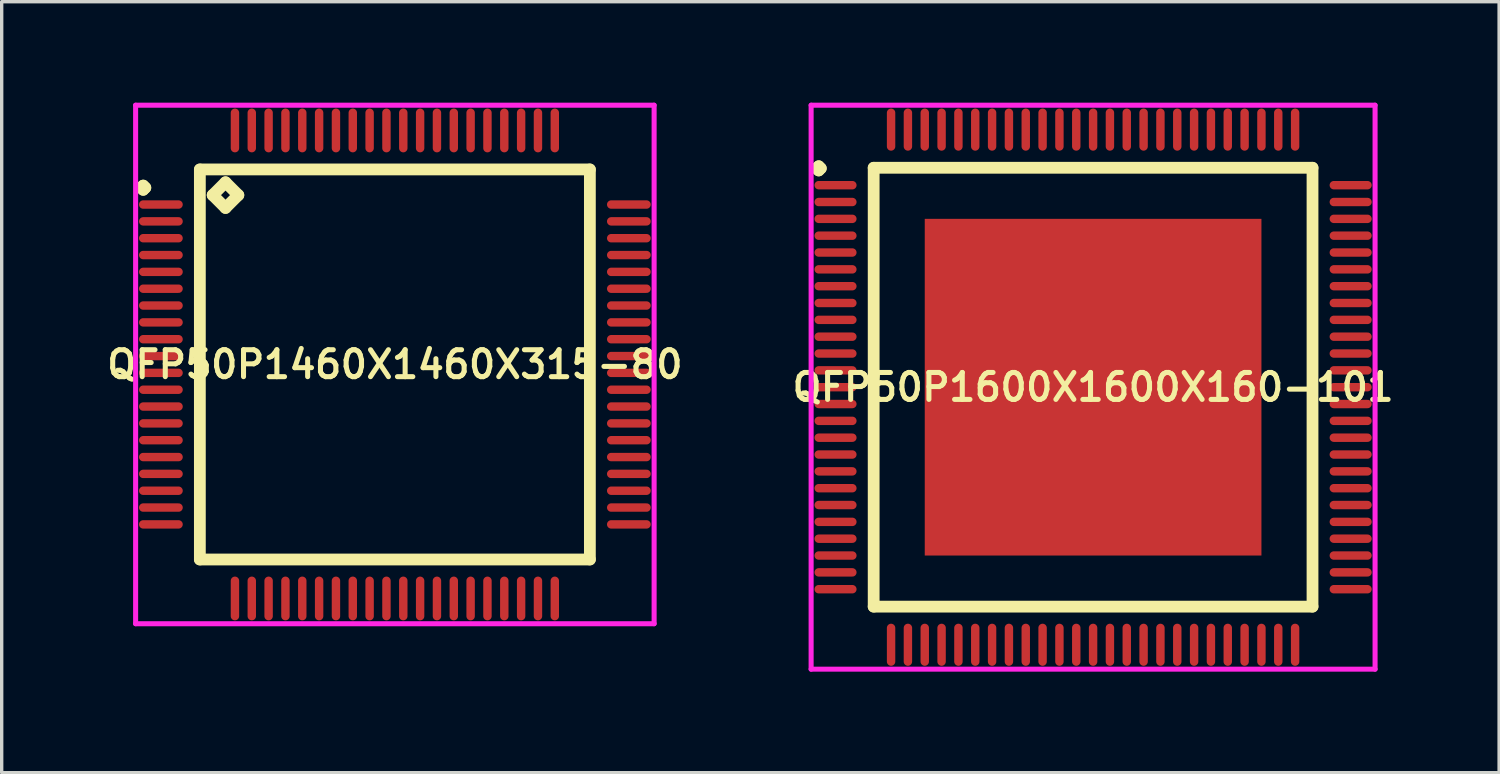
<source format=kicad_pcb>
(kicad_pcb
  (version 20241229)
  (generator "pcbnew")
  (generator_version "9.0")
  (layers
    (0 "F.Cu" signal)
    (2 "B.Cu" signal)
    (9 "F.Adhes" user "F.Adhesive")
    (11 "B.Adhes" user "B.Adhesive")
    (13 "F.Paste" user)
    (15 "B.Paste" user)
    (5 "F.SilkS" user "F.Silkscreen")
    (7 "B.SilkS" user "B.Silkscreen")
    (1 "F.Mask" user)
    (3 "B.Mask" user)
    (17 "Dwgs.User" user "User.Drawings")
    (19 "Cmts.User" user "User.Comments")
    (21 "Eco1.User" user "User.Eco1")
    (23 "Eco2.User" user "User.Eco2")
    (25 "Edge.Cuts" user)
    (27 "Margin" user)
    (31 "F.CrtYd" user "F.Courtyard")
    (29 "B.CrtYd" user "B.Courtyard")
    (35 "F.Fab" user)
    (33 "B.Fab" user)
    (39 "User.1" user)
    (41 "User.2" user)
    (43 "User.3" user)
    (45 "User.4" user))
  (footprint "QFP50P1600X1600X160-101"
    (layer "F.Cu")
    (at 29.416 8.45)
    (property "Reference" "QFP50P1600X1600X160-101" (at 0 0 0) (layer "F.SilkS") (effects (font (size 0.8 0.8) (thickness 0.15))))
    (attr smd)
    (fp_line (start -8.213 -6.5) (end -8.15 -6.562) (stroke (width 0.35) (type solid)) (layer "F.SilkS"))
    (fp_line (start -8.15 -6.562) (end -8.088 -6.5) (stroke (width 0.35) (type solid)) (layer "F.SilkS"))
    (fp_line (start -8.15 -6.438) (end -8.213 -6.5) (stroke (width 0.35) (type solid)) (layer "F.SilkS"))
    (fp_line (start -8.088 -6.5) (end -8.15 -6.438) (stroke (width 0.35) (type solid)) (layer "F.SilkS"))
    (fp_line (start -6.517 -6.517) (end -6.517 6.517) (stroke (width 0.35) (type solid)) (layer "F.SilkS"))
    (fp_line (start -6.517 6.517) (end 6.517 6.517) (stroke (width 0.35) (type solid)) (layer "F.SilkS"))
    (fp_line (start 6.517 -6.517) (end -6.517 -6.517) (stroke (width 0.35) (type solid)) (layer "F.SilkS"))
    (fp_line (start 6.517 6.517) (end 6.517 -6.517) (stroke (width 0.35) (type solid)) (layer "F.SilkS"))
    (fp_line (start -8.375 -8.375) (end 8.375 -8.375) (stroke (width 0.15) (type solid)) (layer "F.CrtYd"))
    (fp_line (start -8.375 8.375) (end -8.375 -8.375) (stroke (width 0.15) (type solid)) (layer "F.CrtYd"))
    (fp_line (start 8.375 -8.375) (end 8.375 8.375) (stroke (width 0.15) (type solid)) (layer "F.CrtYd"))
    (fp_line (start 8.375 8.375) (end -8.375 8.375) (stroke (width 0.15) (type solid)) (layer "F.CrtYd"))
    (pad "1" smd oval (at -7.65 -6) (size 1.25 0.25) (layers "F.Cu" "F.Mask" "F.Paste"))
    (pad "2" smd oval (at -7.65 -5.5) (size 1.25 0.25) (layers "F.Cu" "F.Mask" "F.Paste"))
    (pad "3" smd oval (at -7.65 -5) (size 1.25 0.25) (layers "F.Cu" "F.Mask" "F.Paste"))
    (pad "4" smd oval (at -7.65 -4.5) (size 1.25 0.25) (layers "F.Cu" "F.Mask" "F.Paste"))
    (pad "5" smd oval (at -7.65 -4) (size 1.25 0.25) (layers "F.Cu" "F.Mask" "F.Paste"))
    (pad "6" smd oval (at -7.65 -3.5) (size 1.25 0.25) (layers "F.Cu" "F.Mask" "F.Paste"))
    (pad "7" smd oval (at -7.65 -3) (size 1.25 0.25) (layers "F.Cu" "F.Mask" "F.Paste"))
    (pad "8" smd oval (at -7.65 -2.5) (size 1.25 0.25) (layers "F.Cu" "F.Mask" "F.Paste"))
    (pad "9" smd oval (at -7.65 -2) (size 1.25 0.25) (layers "F.Cu" "F.Mask" "F.Paste"))
    (pad "10" smd oval (at -7.65 -1.5) (size 1.25 0.25) (layers "F.Cu" "F.Mask" "F.Paste"))
    (pad "11" smd oval (at -7.65 -1) (size 1.25 0.25) (layers "F.Cu" "F.Mask" "F.Paste"))
    (pad "12" smd oval (at -7.65 -0.5) (size 1.25 0.25) (layers "F.Cu" "F.Mask" "F.Paste"))
    (pad "13" smd oval (at -7.65 0) (size 1.25 0.25) (layers "F.Cu" "F.Mask" "F.Paste"))
    (pad "14" smd oval (at -7.65 0.5) (size 1.25 0.25) (layers "F.Cu" "F.Mask" "F.Paste"))
    (pad "15" smd oval (at -7.65 1) (size 1.25 0.25) (layers "F.Cu" "F.Mask" "F.Paste"))
    (pad "16" smd oval (at -7.65 1.5) (size 1.25 0.25) (layers "F.Cu" "F.Mask" "F.Paste"))
    (pad "17" smd oval (at -7.65 2) (size 1.25 0.25) (layers "F.Cu" "F.Mask" "F.Paste"))
    (pad "18" smd oval (at -7.65 2.5) (size 1.25 0.25) (layers "F.Cu" "F.Mask" "F.Paste"))
    (pad "19" smd oval (at -7.65 3) (size 1.25 0.25) (layers "F.Cu" "F.Mask" "F.Paste"))
    (pad "20" smd oval (at -7.65 3.5) (size 1.25 0.25) (layers "F.Cu" "F.Mask" "F.Paste"))
    (pad "21" smd oval (at -7.65 4) (size 1.25 0.25) (layers "F.Cu" "F.Mask" "F.Paste"))
    (pad "22" smd oval (at -7.65 4.5) (size 1.25 0.25) (layers "F.Cu" "F.Mask" "F.Paste"))
    (pad "23" smd oval (at -7.65 5) (size 1.25 0.25) (layers "F.Cu" "F.Mask" "F.Paste"))
    (pad "24" smd oval (at -7.65 5.5) (size 1.25 0.25) (layers "F.Cu" "F.Mask" "F.Paste"))
    (pad "25" smd oval (at -7.65 6) (size 1.25 0.25) (layers "F.Cu" "F.Mask" "F.Paste"))
    (pad "26" smd oval (at -6 7.65) (size 0.25 1.25) (layers "F.Cu" "F.Mask" "F.Paste"))
    (pad "27" smd oval (at -5.5 7.65) (size 0.25 1.25) (layers "F.Cu" "F.Mask" "F.Paste"))
    (pad "28" smd oval (at -5 7.65) (size 0.25 1.25) (layers "F.Cu" "F.Mask" "F.Paste"))
    (pad "29" smd oval (at -4.5 7.65) (size 0.25 1.25) (layers "F.Cu" "F.Mask" "F.Paste"))
    (pad "30" smd oval (at -4 7.65) (size 0.25 1.25) (layers "F.Cu" "F.Mask" "F.Paste"))
    (pad "31" smd oval (at -3.5 7.65) (size 0.25 1.25) (layers "F.Cu" "F.Mask" "F.Paste"))
    (pad "32" smd oval (at -3 7.65) (size 0.25 1.25) (layers "F.Cu" "F.Mask" "F.Paste"))
    (pad "33" smd oval (at -2.5 7.65) (size 0.25 1.25) (layers "F.Cu" "F.Mask" "F.Paste"))
    (pad "34" smd oval (at -2 7.65) (size 0.25 1.25) (layers "F.Cu" "F.Mask" "F.Paste"))
    (pad "35" smd oval (at -1.5 7.65) (size 0.25 1.25) (layers "F.Cu" "F.Mask" "F.Paste"))
    (pad "36" smd oval (at -1 7.65) (size 0.25 1.25) (layers "F.Cu" "F.Mask" "F.Paste"))
    (pad "37" smd oval (at -0.5 7.65) (size 0.25 1.25) (layers "F.Cu" "F.Mask" "F.Paste"))
    (pad "38" smd oval (at 0 7.65) (size 0.25 1.25) (layers "F.Cu" "F.Mask" "F.Paste"))
    (pad "39" smd oval (at 0.5 7.65) (size 0.25 1.25) (layers "F.Cu" "F.Mask" "F.Paste"))
    (pad "40" smd oval (at 1 7.65) (size 0.25 1.25) (layers "F.Cu" "F.Mask" "F.Paste"))
    (pad "41" smd oval (at 1.5 7.65) (size 0.25 1.25) (layers "F.Cu" "F.Mask" "F.Paste"))
    (pad "42" smd oval (at 2 7.65) (size 0.25 1.25) (layers "F.Cu" "F.Mask" "F.Paste"))
    (pad "43" smd oval (at 2.5 7.65) (size 0.25 1.25) (layers "F.Cu" "F.Mask" "F.Paste"))
    (pad "44" smd oval (at 3 7.65) (size 0.25 1.25) (layers "F.Cu" "F.Mask" "F.Paste"))
    (pad "45" smd oval (at 3.5 7.65) (size 0.25 1.25) (layers "F.Cu" "F.Mask" "F.Paste"))
    (pad "46" smd oval (at 4 7.65) (size 0.25 1.25) (layers "F.Cu" "F.Mask" "F.Paste"))
    (pad "47" smd oval (at 4.5 7.65) (size 0.25 1.25) (layers "F.Cu" "F.Mask" "F.Paste"))
    (pad "48" smd oval (at 5 7.65) (size 0.25 1.25) (layers "F.Cu" "F.Mask" "F.Paste"))
    (pad "49" smd oval (at 5.5 7.65) (size 0.25 1.25) (layers "F.Cu" "F.Mask" "F.Paste"))
    (pad "50" smd oval (at 6 7.65) (size 0.25 1.25) (layers "F.Cu" "F.Mask" "F.Paste"))
    (pad "51" smd oval (at 7.65 6) (size 1.25 0.25) (layers "F.Cu" "F.Mask" "F.Paste"))
    (pad "52" smd oval (at 7.65 5.5) (size 1.25 0.25) (layers "F.Cu" "F.Mask" "F.Paste"))
    (pad "53" smd oval (at 7.65 5) (size 1.25 0.25) (layers "F.Cu" "F.Mask" "F.Paste"))
    (pad "54" smd oval (at 7.65 4.5) (size 1.25 0.25) (layers "F.Cu" "F.Mask" "F.Paste"))
    (pad "55" smd oval (at 7.65 4) (size 1.25 0.25) (layers "F.Cu" "F.Mask" "F.Paste"))
    (pad "56" smd oval (at 7.65 3.5) (size 1.25 0.25) (layers "F.Cu" "F.Mask" "F.Paste"))
    (pad "57" smd oval (at 7.65 3) (size 1.25 0.25) (layers "F.Cu" "F.Mask" "F.Paste"))
    (pad "58" smd oval (at 7.65 2.5) (size 1.25 0.25) (layers "F.Cu" "F.Mask" "F.Paste"))
    (pad "59" smd oval (at 7.65 2) (size 1.25 0.25) (layers "F.Cu" "F.Mask" "F.Paste"))
    (pad "60" smd oval (at 7.65 1.5) (size 1.25 0.25) (layers "F.Cu" "F.Mask" "F.Paste"))
    (pad "61" smd oval (at 7.65 1) (size 1.25 0.25) (layers "F.Cu" "F.Mask" "F.Paste"))
    (pad "62" smd oval (at 7.65 0.5) (size 1.25 0.25) (layers "F.Cu" "F.Mask" "F.Paste"))
    (pad "63" smd oval (at 7.65 0) (size 1.25 0.25) (layers "F.Cu" "F.Mask" "F.Paste"))
    (pad "64" smd oval (at 7.65 -0.5) (size 1.25 0.25) (layers "F.Cu" "F.Mask" "F.Paste"))
    (pad "65" smd oval (at 7.65 -1) (size 1.25 0.25) (layers "F.Cu" "F.Mask" "F.Paste"))
    (pad "66" smd oval (at 7.65 -1.5) (size 1.25 0.25) (layers "F.Cu" "F.Mask" "F.Paste"))
    (pad "67" smd oval (at 7.65 -2) (size 1.25 0.25) (layers "F.Cu" "F.Mask" "F.Paste"))
    (pad "68" smd oval (at 7.65 -2.5) (size 1.25 0.25) (layers "F.Cu" "F.Mask" "F.Paste"))
    (pad "69" smd oval (at 7.65 -3) (size 1.25 0.25) (layers "F.Cu" "F.Mask" "F.Paste"))
    (pad "70" smd oval (at 7.65 -3.5) (size 1.25 0.25) (layers "F.Cu" "F.Mask" "F.Paste"))
    (pad "71" smd oval (at 7.65 -4) (size 1.25 0.25) (layers "F.Cu" "F.Mask" "F.Paste"))
    (pad "72" smd oval (at 7.65 -4.5) (size 1.25 0.25) (layers "F.Cu" "F.Mask" "F.Paste"))
    (pad "73" smd oval (at 7.65 -5) (size 1.25 0.25) (layers "F.Cu" "F.Mask" "F.Paste"))
    (pad "74" smd oval (at 7.65 -5.5) (size 1.25 0.25) (layers "F.Cu" "F.Mask" "F.Paste"))
    (pad "75" smd oval (at 7.65 -6) (size 1.25 0.25) (layers "F.Cu" "F.Mask" "F.Paste"))
    (pad "76" smd oval (at 6 -7.65) (size 0.25 1.25) (layers "F.Cu" "F.Mask" "F.Paste"))
    (pad "77" smd oval (at 5.5 -7.65) (size 0.25 1.25) (layers "F.Cu" "F.Mask" "F.Paste"))
    (pad "78" smd oval (at 5 -7.65) (size 0.25 1.25) (layers "F.Cu" "F.Mask" "F.Paste"))
    (pad "79" smd oval (at 4.5 -7.65) (size 0.25 1.25) (layers "F.Cu" "F.Mask" "F.Paste"))
    (pad "80" smd oval (at 4 -7.65) (size 0.25 1.25) (layers "F.Cu" "F.Mask" "F.Paste"))
    (pad "81" smd oval (at 3.5 -7.65) (size 0.25 1.25) (layers "F.Cu" "F.Mask" "F.Paste"))
    (pad "82" smd oval (at 3 -7.65) (size 0.25 1.25) (layers "F.Cu" "F.Mask" "F.Paste"))
    (pad "83" smd oval (at 2.5 -7.65) (size 0.25 1.25) (layers "F.Cu" "F.Mask" "F.Paste"))
    (pad "84" smd oval (at 2 -7.65) (size 0.25 1.25) (layers "F.Cu" "F.Mask" "F.Paste"))
    (pad "85" smd oval (at 1.5 -7.65) (size 0.25 1.25) (layers "F.Cu" "F.Mask" "F.Paste"))
    (pad "86" smd oval (at 1 -7.65) (size 0.25 1.25) (layers "F.Cu" "F.Mask" "F.Paste"))
    (pad "87" smd oval (at 0.5 -7.65) (size 0.25 1.25) (layers "F.Cu" "F.Mask" "F.Paste"))
    (pad "88" smd oval (at 0 -7.65) (size 0.25 1.25) (layers "F.Cu" "F.Mask" "F.Paste"))
    (pad "89" smd oval (at -0.5 -7.65) (size 0.25 1.25) (layers "F.Cu" "F.Mask" "F.Paste"))
    (pad "90" smd oval (at -1 -7.65) (size 0.25 1.25) (layers "F.Cu" "F.Mask" "F.Paste"))
    (pad "91" smd oval (at -1.5 -7.65) (size 0.25 1.25) (layers "F.Cu" "F.Mask" "F.Paste"))
    (pad "92" smd oval (at -2 -7.65) (size 0.25 1.25) (layers "F.Cu" "F.Mask" "F.Paste"))
    (pad "93" smd oval (at -2.5 -7.65) (size 0.25 1.25) (layers "F.Cu" "F.Mask" "F.Paste"))
    (pad "94" smd oval (at -3 -7.65) (size 0.25 1.25) (layers "F.Cu" "F.Mask" "F.Paste"))
    (pad "95" smd oval (at -3.5 -7.65) (size 0.25 1.25) (layers "F.Cu" "F.Mask" "F.Paste"))
    (pad "96" smd oval (at -4 -7.65) (size 0.25 1.25) (layers "F.Cu" "F.Mask" "F.Paste"))
    (pad "97" smd oval (at -4.5 -7.65) (size 0.25 1.25) (layers "F.Cu" "F.Mask" "F.Paste"))
    (pad "98" smd oval (at -5 -7.65) (size 0.25 1.25) (layers "F.Cu" "F.Mask" "F.Paste"))
    (pad "99" smd oval (at -5.5 -7.65) (size 0.25 1.25) (layers "F.Cu" "F.Mask" "F.Paste"))
    (pad "100" smd oval (at -6 -7.65) (size 0.25 1.25) (layers "F.Cu" "F.Mask" "F.Paste"))
    (pad "101" smd rect (at 0 0) (size 10 10) (layers "F.Cu" "F.Mask" "F.Paste")))
  (footprint "QFP50P1460X1460X315-80"
    (layer "F.Cu")
    (at 8.678 7.775)
    (property "Reference" "QFP50P1460X1460X315-80" (at 0 0 0) (layer "F.SilkS") (effects (font (size 0.8 0.8) (thickness 0.15))))
    (attr smd)
    (fp_line (start -7.537 -5.25) (end -7.475 -5.312) (stroke (width 0.35) (type solid)) (layer "F.SilkS"))
    (fp_line (start -7.475 -5.312) (end -7.412 -5.25) (stroke (width 0.35) (type solid)) (layer "F.SilkS"))
    (fp_line (start -7.475 -5.188) (end -7.537 -5.25) (stroke (width 0.35) (type solid)) (layer "F.SilkS"))
    (fp_line (start -7.412 -5.25) (end -7.475 -5.188) (stroke (width 0.35) (type solid)) (layer "F.SilkS"))
    (fp_line (start -5.792 -5.792) (end -5.792 5.792) (stroke (width 0.35) (type solid)) (layer "F.SilkS"))
    (fp_line (start -5.792 5.792) (end 5.792 5.792) (stroke (width 0.35) (type solid)) (layer "F.SilkS"))
    (fp_line (start -5.411 -5.03) (end -5.03 -5.411) (stroke (width 0.35) (type solid)) (layer "F.SilkS"))
    (fp_line (start -5.03 -5.411) (end -4.649 -5.03) (stroke (width 0.35) (type solid)) (layer "F.SilkS"))
    (fp_line (start -5.03 -4.649) (end -5.411 -5.03) (stroke (width 0.35) (type solid)) (layer "F.SilkS"))
    (fp_line (start -4.649 -5.03) (end -5.03 -4.649) (stroke (width 0.35) (type solid)) (layer "F.SilkS"))
    (fp_line (start 5.792 -5.792) (end -5.792 -5.792) (stroke (width 0.35) (type solid)) (layer "F.SilkS"))
    (fp_line (start 5.792 5.792) (end 5.792 -5.792) (stroke (width 0.35) (type solid)) (layer "F.SilkS"))
    (fp_line (start -7.7 -7.7) (end 7.7 -7.7) (stroke (width 0.15) (type solid)) (layer "F.CrtYd"))
    (fp_line (start -7.7 7.7) (end -7.7 -7.7) (stroke (width 0.15) (type solid)) (layer "F.CrtYd"))
    (fp_line (start 7.7 -7.7) (end 7.7 7.7) (stroke (width 0.15) (type solid)) (layer "F.CrtYd"))
    (fp_line (start 7.7 7.7) (end -7.7 7.7) (stroke (width 0.15) (type solid)) (layer "F.CrtYd"))
    (pad "1" smd oval (at -6.95 -4.75) (size 1.3 0.25) (layers "F.Cu" "F.Mask" "F.Paste"))
    (pad "2" smd oval (at -6.95 -4.25) (size 1.3 0.25) (layers "F.Cu" "F.Mask" "F.Paste"))
    (pad "3" smd oval (at -6.95 -3.75) (size 1.3 0.25) (layers "F.Cu" "F.Mask" "F.Paste"))
    (pad "4" smd oval (at -6.95 -3.25) (size 1.3 0.25) (layers "F.Cu" "F.Mask" "F.Paste"))
    (pad "5" smd oval (at -6.95 -2.75) (size 1.3 0.25) (layers "F.Cu" "F.Mask" "F.Paste"))
    (pad "6" smd oval (at -6.95 -2.25) (size 1.3 0.25) (layers "F.Cu" "F.Mask" "F.Paste"))
    (pad "7" smd oval (at -6.95 -1.75) (size 1.3 0.25) (layers "F.Cu" "F.Mask" "F.Paste"))
    (pad "8" smd oval (at -6.95 -1.25) (size 1.3 0.25) (layers "F.Cu" "F.Mask" "F.Paste"))
    (pad "9" smd oval (at -6.95 -0.75) (size 1.3 0.25) (layers "F.Cu" "F.Mask" "F.Paste"))
    (pad "10" smd oval (at -6.95 -0.25) (size 1.3 0.25) (layers "F.Cu" "F.Mask" "F.Paste"))
    (pad "11" smd oval (at -6.95 0.25) (size 1.3 0.25) (layers "F.Cu" "F.Mask" "F.Paste"))
    (pad "12" smd oval (at -6.95 0.75) (size 1.3 0.25) (layers "F.Cu" "F.Mask" "F.Paste"))
    (pad "13" smd oval (at -6.95 1.25) (size 1.3 0.25) (layers "F.Cu" "F.Mask" "F.Paste"))
    (pad "14" smd oval (at -6.95 1.75) (size 1.3 0.25) (layers "F.Cu" "F.Mask" "F.Paste"))
    (pad "15" smd oval (at -6.95 2.25) (size 1.3 0.25) (layers "F.Cu" "F.Mask" "F.Paste"))
    (pad "16" smd oval (at -6.95 2.75) (size 1.3 0.25) (layers "F.Cu" "F.Mask" "F.Paste"))
    (pad "17" smd oval (at -6.95 3.25) (size 1.3 0.25) (layers "F.Cu" "F.Mask" "F.Paste"))
    (pad "18" smd oval (at -6.95 3.75) (size 1.3 0.25) (layers "F.Cu" "F.Mask" "F.Paste"))
    (pad "19" smd oval (at -6.95 4.25) (size 1.3 0.25) (layers "F.Cu" "F.Mask" "F.Paste"))
    (pad "20" smd oval (at -6.95 4.75) (size 1.3 0.25) (layers "F.Cu" "F.Mask" "F.Paste"))
    (pad "21" smd oval (at -4.75 6.95) (size 0.25 1.3) (layers "F.Cu" "F.Mask" "F.Paste"))
    (pad "22" smd oval (at -4.25 6.95) (size 0.25 1.3) (layers "F.Cu" "F.Mask" "F.Paste"))
    (pad "23" smd oval (at -3.75 6.95) (size 0.25 1.3) (layers "F.Cu" "F.Mask" "F.Paste"))
    (pad "24" smd oval (at -3.25 6.95) (size 0.25 1.3) (layers "F.Cu" "F.Mask" "F.Paste"))
    (pad "25" smd oval (at -2.75 6.95) (size 0.25 1.3) (layers "F.Cu" "F.Mask" "F.Paste"))
    (pad "26" smd oval (at -2.25 6.95) (size 0.25 1.3) (layers "F.Cu" "F.Mask" "F.Paste"))
    (pad "27" smd oval (at -1.75 6.95) (size 0.25 1.3) (layers "F.Cu" "F.Mask" "F.Paste"))
    (pad "28" smd oval (at -1.25 6.95) (size 0.25 1.3) (layers "F.Cu" "F.Mask" "F.Paste"))
    (pad "29" smd oval (at -0.75 6.95) (size 0.25 1.3) (layers "F.Cu" "F.Mask" "F.Paste"))
    (pad "30" smd oval (at -0.25 6.95) (size 0.25 1.3) (layers "F.Cu" "F.Mask" "F.Paste"))
    (pad "31" smd oval (at 0.25 6.95) (size 0.25 1.3) (layers "F.Cu" "F.Mask" "F.Paste"))
    (pad "32" smd oval (at 0.75 6.95) (size 0.25 1.3) (layers "F.Cu" "F.Mask" "F.Paste"))
    (pad "33" smd oval (at 1.25 6.95) (size 0.25 1.3) (layers "F.Cu" "F.Mask" "F.Paste"))
    (pad "34" smd oval (at 1.75 6.95) (size 0.25 1.3) (layers "F.Cu" "F.Mask" "F.Paste"))
    (pad "35" smd oval (at 2.25 6.95) (size 0.25 1.3) (layers "F.Cu" "F.Mask" "F.Paste"))
    (pad "36" smd oval (at 2.75 6.95) (size 0.25 1.3) (layers "F.Cu" "F.Mask" "F.Paste"))
    (pad "37" smd oval (at 3.25 6.95) (size 0.25 1.3) (layers "F.Cu" "F.Mask" "F.Paste"))
    (pad "38" smd oval (at 3.75 6.95) (size 0.25 1.3) (layers "F.Cu" "F.Mask" "F.Paste"))
    (pad "39" smd oval (at 4.25 6.95) (size 0.25 1.3) (layers "F.Cu" "F.Mask" "F.Paste"))
    (pad "40" smd oval (at 4.75 6.95) (size 0.25 1.3) (layers "F.Cu" "F.Mask" "F.Paste"))
    (pad "41" smd oval (at 6.95 4.75) (size 1.3 0.25) (layers "F.Cu" "F.Mask" "F.Paste"))
    (pad "42" smd oval (at 6.95 4.25) (size 1.3 0.25) (layers "F.Cu" "F.Mask" "F.Paste"))
    (pad "43" smd oval (at 6.95 3.75) (size 1.3 0.25) (layers "F.Cu" "F.Mask" "F.Paste"))
    (pad "44" smd oval (at 6.95 3.25) (size 1.3 0.25) (layers "F.Cu" "F.Mask" "F.Paste"))
    (pad "45" smd oval (at 6.95 2.75) (size 1.3 0.25) (layers "F.Cu" "F.Mask" "F.Paste"))
    (pad "46" smd oval (at 6.95 2.25) (size 1.3 0.25) (layers "F.Cu" "F.Mask" "F.Paste"))
    (pad "47" smd oval (at 6.95 1.75) (size 1.3 0.25) (layers "F.Cu" "F.Mask" "F.Paste"))
    (pad "48" smd oval (at 6.95 1.25) (size 1.3 0.25) (layers "F.Cu" "F.Mask" "F.Paste"))
    (pad "49" smd oval (at 6.95 0.75) (size 1.3 0.25) (layers "F.Cu" "F.Mask" "F.Paste"))
    (pad "50" smd oval (at 6.95 0.25) (size 1.3 0.25) (layers "F.Cu" "F.Mask" "F.Paste"))
    (pad "51" smd oval (at 6.95 -0.25) (size 1.3 0.25) (layers "F.Cu" "F.Mask" "F.Paste"))
    (pad "52" smd oval (at 6.95 -0.75) (size 1.3 0.25) (layers "F.Cu" "F.Mask" "F.Paste"))
    (pad "53" smd oval (at 6.95 -1.25) (size 1.3 0.25) (layers "F.Cu" "F.Mask" "F.Paste"))
    (pad "54" smd oval (at 6.95 -1.75) (size 1.3 0.25) (layers "F.Cu" "F.Mask" "F.Paste"))
    (pad "55" smd oval (at 6.95 -2.25) (size 1.3 0.25) (layers "F.Cu" "F.Mask" "F.Paste"))
    (pad "56" smd oval (at 6.95 -2.75) (size 1.3 0.25) (layers "F.Cu" "F.Mask" "F.Paste"))
    (pad "57" smd oval (at 6.95 -3.25) (size 1.3 0.25) (layers "F.Cu" "F.Mask" "F.Paste"))
    (pad "58" smd oval (at 6.95 -3.75) (size 1.3 0.25) (layers "F.Cu" "F.Mask" "F.Paste"))
    (pad "59" smd oval (at 6.95 -4.25) (size 1.3 0.25) (layers "F.Cu" "F.Mask" "F.Paste"))
    (pad "60" smd oval (at 6.95 -4.75) (size 1.3 0.25) (layers "F.Cu" "F.Mask" "F.Paste"))
    (pad "61" smd oval (at 4.75 -6.95) (size 0.25 1.3) (layers "F.Cu" "F.Mask" "F.Paste"))
    (pad "62" smd oval (at 4.25 -6.95) (size 0.25 1.3) (layers "F.Cu" "F.Mask" "F.Paste"))
    (pad "63" smd oval (at 3.75 -6.95) (size 0.25 1.3) (layers "F.Cu" "F.Mask" "F.Paste"))
    (pad "64" smd oval (at 3.25 -6.95) (size 0.25 1.3) (layers "F.Cu" "F.Mask" "F.Paste"))
    (pad "65" smd oval (at 2.75 -6.95) (size 0.25 1.3) (layers "F.Cu" "F.Mask" "F.Paste"))
    (pad "66" smd oval (at 2.25 -6.95) (size 0.25 1.3) (layers "F.Cu" "F.Mask" "F.Paste"))
    (pad "67" smd oval (at 1.75 -6.95) (size 0.25 1.3) (layers "F.Cu" "F.Mask" "F.Paste"))
    (pad "68" smd oval (at 1.25 -6.95) (size 0.25 1.3) (layers "F.Cu" "F.Mask" "F.Paste"))
    (pad "69" smd oval (at 0.75 -6.95) (size 0.25 1.3) (layers "F.Cu" "F.Mask" "F.Paste"))
    (pad "70" smd oval (at 0.25 -6.95) (size 0.25 1.3) (layers "F.Cu" "F.Mask" "F.Paste"))
    (pad "71" smd oval (at -0.25 -6.95) (size 0.25 1.3) (layers "F.Cu" "F.Mask" "F.Paste"))
    (pad "72" smd oval (at -0.75 -6.95) (size 0.25 1.3) (layers "F.Cu" "F.Mask" "F.Paste"))
    (pad "73" smd oval (at -1.25 -6.95) (size 0.25 1.3) (layers "F.Cu" "F.Mask" "F.Paste"))
    (pad "74" smd oval (at -1.75 -6.95) (size 0.25 1.3) (layers "F.Cu" "F.Mask" "F.Paste"))
    (pad "75" smd oval (at -2.25 -6.95) (size 0.25 1.3) (layers "F.Cu" "F.Mask" "F.Paste"))
    (pad "76" smd oval (at -2.75 -6.95) (size 0.25 1.3) (layers "F.Cu" "F.Mask" "F.Paste"))
    (pad "77" smd oval (at -3.25 -6.95) (size 0.25 1.3) (layers "F.Cu" "F.Mask" "F.Paste"))
    (pad "78" smd oval (at -3.75 -6.95) (size 0.25 1.3) (layers "F.Cu" "F.Mask" "F.Paste"))
    (pad "79" smd oval (at -4.25 -6.95) (size 0.25 1.3) (layers "F.Cu" "F.Mask" "F.Paste"))
    (pad "80" smd oval (at -4.75 -6.95) (size 0.25 1.3) (layers "F.Cu" "F.Mask" "F.Paste")))
  (gr_rect
    (start -3 -3)
    (end 41.475 19.9)
    (stroke (width 0.1) (type default))
    (fill no)
    (layer "Edge.Cuts")))
</source>
